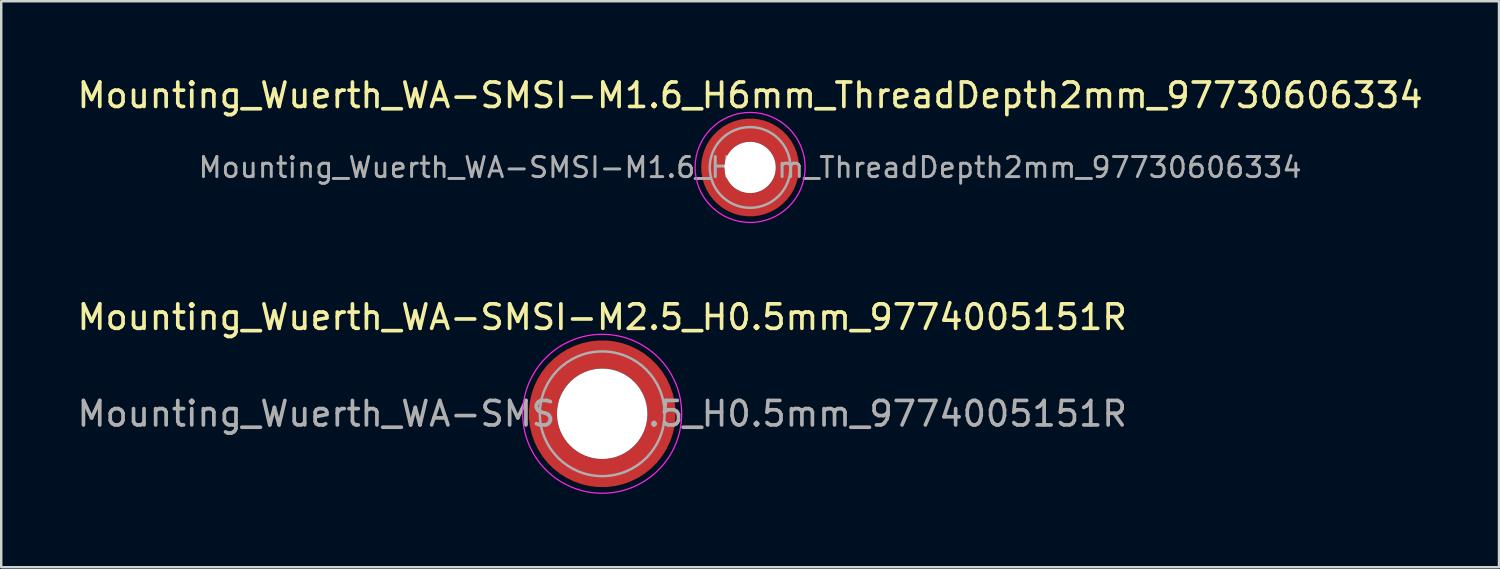
<source format=kicad_pcb>
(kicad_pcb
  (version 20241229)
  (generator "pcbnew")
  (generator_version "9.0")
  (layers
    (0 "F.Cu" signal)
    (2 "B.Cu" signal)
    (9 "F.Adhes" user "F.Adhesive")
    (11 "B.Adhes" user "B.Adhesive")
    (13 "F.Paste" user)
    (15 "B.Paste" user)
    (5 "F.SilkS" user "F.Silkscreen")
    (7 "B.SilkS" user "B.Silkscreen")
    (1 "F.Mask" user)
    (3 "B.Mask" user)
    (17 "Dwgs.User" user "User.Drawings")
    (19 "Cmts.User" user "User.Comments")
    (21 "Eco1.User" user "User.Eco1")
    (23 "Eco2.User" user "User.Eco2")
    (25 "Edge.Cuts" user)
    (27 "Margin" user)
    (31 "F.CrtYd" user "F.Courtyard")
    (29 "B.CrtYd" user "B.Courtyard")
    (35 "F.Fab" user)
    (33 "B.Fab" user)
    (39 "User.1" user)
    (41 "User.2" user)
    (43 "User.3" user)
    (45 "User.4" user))
  (footprint "Mounting_Wuerth_WA-SMSI-M2.5_H0.5mm_9774005151R"
    (layer "F.Cu")
    (at 21.577 13.871)
    (property "Reference" "Mounting_Wuerth_WA-SMSI-M2.5_H0.5mm_9774005151R" (at 0 -3.95 0) (layer "F.SilkS") (effects (font (size 1 1) (thickness 0.15))))
    (attr smd allow_soldermask_bridges)
    (fp_circle (center 0 0) (end 3.25 0) (stroke (width 0.05) (type solid)) (fill no) (layer "F.CrtYd"))
    (fp_circle (center 0 0) (end 2.55 0) (stroke (width 0.1) (type solid)) (fill no) (layer "F.Fab"))
    (fp_text user "${REFERENCE}" (at 0 0 0) (layer "F.Fab") (effects (font (size 1 1) (thickness 0.15))))
    (pad "" smd custom (at -1.704 -1.704) (size 0.51 0.51) (layers "F.Paste") (options (anchor circle)) (primitives (gr_arc (start -0.250195 1.279127) (mid 0.289914 0.289914) (end 1.279127 -0.250195) (width 0.2)) (gr_arc (start -0.34334 1.279127) (mid 0.225488 0.225488) (end 1.279127 -0.34334) (width 0.2)) (gr_arc (start -0.436309 1.279127) (mid 0.161063 0.161063) (end 1.279127 -0.436309) (width 0.2)) (gr_arc (start -0.529126 1.279127) (mid 0.096638 0.096638) (end 1.279127 -0.529126) (width 0.2)) (gr_arc (start -0.621807 1.279127) (mid 0.032213 0.032213) (end 1.279127 -0.621807) (width 0.2)) (gr_arc (start -0.71437 1.279127) (mid -0.032213 -0.032213) (end 1.279127 -0.71437) (width 0.2)) (gr_arc (start -0.806826 1.279127) (mid -0.096638 -0.096638) (end 1.279127 -0.806826) (width 0.2)) (gr_arc (start -0.899187 1.279127) (mid -0.161063 -0.161063) (end 1.279127 -0.899187) (width 0.2)) (gr_arc (start -0.991463 1.279127) (mid -0.225488 -0.225488) (end 1.279127 -0.991463) (width 0.2)) (gr_arc (start -1.083663 1.279127) (mid -0.289914 -0.289914) (end 1.279127 -1.083663) (width 0.2)) (gr_line (start 1.279 -0.25) (end 1.279 -1.084) (width 0.2)) (gr_line (start -0.25 1.279) (end -1.084 1.279) (width 0.2))))
    (pad "" smd custom (at -1.704 1.704) (size 0.51 0.51) (layers "F.Paste") (options (anchor circle)) (primitives (gr_arc (start 1.279127 0.250195) (mid 0.289914 -0.289914) (end -0.250195 -1.279127) (width 0.2)) (gr_arc (start 1.279127 0.34334) (mid 0.225488 -0.225488) (end -0.34334 -1.279127) (width 0.2)) (gr_arc (start 1.279127 0.436309) (mid 0.161063 -0.161063) (end -0.436309 -1.279127) (width 0.2)) (gr_arc (start 1.279127 0.529126) (mid 0.096638 -0.096638) (end -0.529126 -1.279127) (width 0.2)) (gr_arc (start 1.279127 0.621807) (mid 0.032213 -0.032213) (end -0.621807 -1.279127) (width 0.2)) (gr_arc (start 1.279127 0.71437) (mid -0.032213 0.032213) (end -0.71437 -1.279127) (width 0.2)) (gr_arc (start 1.279127 0.806826) (mid -0.096638 0.096638) (end -0.806826 -1.279127) (width 0.2)) (gr_arc (start 1.279127 0.899187) (mid -0.161063 0.161063) (end -0.899187 -1.279127) (width 0.2)) (gr_arc (start 1.279127 0.991463) (mid -0.225488 0.225488) (end -0.991463 -1.279127) (width 0.2)) (gr_arc (start 1.279127 1.083663) (mid -0.289914 0.289914) (end -1.083663 -1.279127) (width 0.2)) (gr_line (start -0.25 -1.279) (end -1.084 -1.279) (width 0.2)) (gr_line (start 1.279 0.25) (end 1.279 1.084) (width 0.2))))
    (pad "" np_thru_hole circle (at 0 0) (size 3.7 3.7) (drill 3.7) (layers "*.Cu" "*.Mask"))
    (pad "" smd custom (at 1.704 -1.704) (size 0.51 0.51) (layers "F.Paste") (options (anchor circle)) (primitives (gr_arc (start -1.279127 -0.250195) (mid -0.289914 0.289914) (end 0.250195 1.279127) (width 0.2)) (gr_arc (start -1.279127 -0.34334) (mid -0.225488 0.225488) (end 0.34334 1.279127) (width 0.2)) (gr_arc (start -1.279127 -0.436309) (mid -0.161063 0.161063) (end 0.436309 1.279127) (width 0.2)) (gr_arc (start -1.279127 -0.529126) (mid -0.096638 0.096638) (end 0.529126 1.279127) (width 0.2)) (gr_arc (start -1.279127 -0.621807) (mid -0.032213 0.032213) (end 0.621807 1.279127) (width 0.2)) (gr_arc (start -1.279127 -0.71437) (mid 0.032213 -0.032213) (end 0.71437 1.279127) (width 0.2)) (gr_arc (start -1.279127 -0.806826) (mid 0.096638 -0.096638) (end 0.806826 1.279127) (width 0.2)) (gr_arc (start -1.279127 -0.899187) (mid 0.161063 -0.161063) (end 0.899187 1.279127) (width 0.2)) (gr_arc (start -1.279127 -0.991463) (mid 0.225488 -0.225488) (end 0.991463 1.279127) (width 0.2)) (gr_arc (start -1.279127 -1.083663) (mid 0.289914 -0.289914) (end 1.083663 1.279127) (width 0.2)) (gr_line (start 0.25 1.279) (end 1.084 1.279) (width 0.2)) (gr_line (start -1.279 -0.25) (end -1.279 -1.084) (width 0.2))))
    (pad "" smd custom (at 1.704 1.704) (size 0.51 0.51) (layers "F.Paste") (options (anchor circle)) (primitives (gr_arc (start 0.250195 -1.279127) (mid -0.289914 -0.289914) (end -1.279127 0.250195) (width 0.2)) (gr_arc (start 0.34334 -1.279127) (mid -0.225488 -0.225488) (end -1.279127 0.34334) (width 0.2)) (gr_arc (start 0.436309 -1.279127) (mid -0.161063 -0.161063) (end -1.279127 0.436309) (width 0.2)) (gr_arc (start 0.529126 -1.279127) (mid -0.096638 -0.096638) (end -1.279127 0.529126) (width 0.2)) (gr_arc (start 0.621807 -1.279127) (mid -0.032213 -0.032213) (end -1.279127 0.621807) (width 0.2)) (gr_arc (start 0.71437 -1.279127) (mid 0.032213 0.032213) (end -1.279127 0.71437) (width 0.2)) (gr_arc (start 0.806826 -1.279127) (mid 0.096638 0.096638) (end -1.279127 0.806826) (width 0.2)) (gr_arc (start 0.899187 -1.279127) (mid 0.161063 0.161063) (end -1.279127 0.899187) (width 0.2)) (gr_arc (start 0.991463 -1.279127) (mid 0.225488 0.225488) (end -1.279127 0.991463) (width 0.2)) (gr_arc (start 1.083663 -1.279127) (mid 0.289914 0.289914) (end -1.279127 1.083663) (width 0.2)) (gr_line (start -1.279 0.25) (end -1.279 1.084) (width 0.2)) (gr_line (start 0.25 -1.279) (end 1.084 -1.279) (width 0.2))))
    (pad "1" smd circle (at -2.425 0) (size 0.642 0.642) (layers "F.Cu"))
    (pad "1" smd circle (at 0 -2.425) (size 0.642 0.642) (layers "F.Cu"))
    (pad "1" smd circle (at 0 2.425) (size 0.642 0.642) (layers "F.Cu"))
    (pad "1" smd custom (at 2.425 0) (size 1.15 1.15) (layers "F.Cu" "F.Mask") (options (anchor circle)) (primitives (gr_circle (center -2.425 0) (end 0 0) (width 1.15) (fill no)))))
  (footprint "Mounting_Wuerth_WA-SMSI-M1.6_H6mm_ThreadDepth2mm_97730606334"
    (layer "F.Cu")
    (at 27.625 3.798)
    (property "Reference" "Mounting_Wuerth_WA-SMSI-M1.6_H6mm_ThreadDepth2mm_97730606334" (at 0 -2.95 0) (layer "F.SilkS") (effects (font (size 1 1) (thickness 0.15))))
    (attr smd allow_soldermask_bridges)
    (fp_circle (center 0 0) (end 2.25 0) (stroke (width 0.05) (type solid)) (fill no) (layer "F.CrtYd"))
    (fp_circle (center 0 0) (end 1.65 0) (stroke (width 0.1) (type solid)) (fill no) (layer "F.Fab"))
    (fp_text user "${REFERENCE}" (at 0 0 0) (layer "F.Fab") (effects (font (size 0.82 0.82) (thickness 0.12))))
    (pad "" smd custom (at -1.061 -1.061) (size 0.4 0.4) (layers "F.Paste") (options (anchor circle)) (primitives (gr_arc (start -0.101235 0.76066) (mid 0.212132 0.212132) (end 0.76066 -0.101235) (width 0.2)) (gr_arc (start -0.204251 0.76066) (mid 0.141421 0.141421) (end 0.76066 -0.204251) (width 0.2)) (gr_arc (start -0.306819 0.76066) (mid 0.070711 0.070711) (end 0.76066 -0.306819) (width 0.2)) (gr_arc (start -0.409034 0.76066) (mid 0 0) (end 0.76066 -0.409034) (width 0.2)) (gr_arc (start -0.510963 0.76066) (mid -0.070711 -0.070711) (end 0.76066 -0.510963) (width 0.2)) (gr_arc (start -0.61266 0.76066) (mid -0.141421 -0.141421) (end 0.76066 -0.61266) (width 0.2)) (gr_arc (start -0.714164 0.76066) (mid -0.212132 -0.212132) (end 0.76066 -0.714164) (width 0.2)) (gr_line (start 0.761 -0.101) (end 0.761 -0.714) (width 0.2)) (gr_line (start -0.101 0.761) (end -0.714 0.761) (width 0.2))))
    (pad "" smd custom (at -1.061 1.061) (size 0.4 0.4) (layers "F.Paste") (options (anchor circle)) (primitives (gr_arc (start 0.76066 0.101235) (mid 0.212132 -0.212132) (end -0.101235 -0.76066) (width 0.2)) (gr_arc (start 0.76066 0.204251) (mid 0.141421 -0.141421) (end -0.204251 -0.76066) (width 0.2)) (gr_arc (start 0.76066 0.306819) (mid 0.070711 -0.070711) (end -0.306819 -0.76066) (width 0.2)) (gr_arc (start 0.76066 0.409034) (mid 0 0) (end -0.409034 -0.76066) (width 0.2)) (gr_arc (start 0.76066 0.510963) (mid -0.070711 0.070711) (end -0.510963 -0.76066) (width 0.2)) (gr_arc (start 0.76066 0.61266) (mid -0.141421 0.141421) (end -0.61266 -0.76066) (width 0.2)) (gr_arc (start 0.76066 0.714164) (mid -0.212132 0.212132) (end -0.714164 -0.76066) (width 0.2)) (gr_line (start -0.101 -0.761) (end -0.714 -0.761) (width 0.2)) (gr_line (start 0.761 0.101) (end 0.761 0.714) (width 0.2))))
    (pad "" np_thru_hole circle (at 0 0) (size 2.1 2.1) (drill 2.1) (layers "*.Cu" "*.Mask"))
    (pad "" smd custom (at 1.061 -1.061) (size 0.4 0.4) (layers "F.Paste") (options (anchor circle)) (primitives (gr_arc (start -0.76066 -0.101235) (mid -0.212132 0.212132) (end 0.101235 0.76066) (width 0.2)) (gr_arc (start -0.76066 -0.204251) (mid -0.141421 0.141421) (end 0.204251 0.76066) (width 0.2)) (gr_arc (start -0.76066 -0.306819) (mid -0.070711 0.070711) (end 0.306819 0.76066) (width 0.2)) (gr_arc (start -0.76066 -0.409034) (mid 0 0) (end 0.409034 0.76066) (width 0.2)) (gr_arc (start -0.76066 -0.510963) (mid 0.070711 -0.070711) (end 0.510963 0.76066) (width 0.2)) (gr_arc (start -0.76066 -0.61266) (mid 0.141421 -0.141421) (end 0.61266 0.76066) (width 0.2)) (gr_arc (start -0.76066 -0.714164) (mid 0.212132 -0.212132) (end 0.714164 0.76066) (width 0.2)) (gr_line (start 0.101 0.761) (end 0.714 0.761) (width 0.2)) (gr_line (start -0.761 -0.101) (end -0.761 -0.714) (width 0.2))))
    (pad "" smd custom (at 1.061 1.061) (size 0.4 0.4) (layers "F.Paste") (options (anchor circle)) (primitives (gr_arc (start 0.101235 -0.76066) (mid -0.212132 -0.212132) (end -0.76066 0.101235) (width 0.2)) (gr_arc (start 0.204251 -0.76066) (mid -0.141421 -0.141421) (end -0.76066 0.204251) (width 0.2)) (gr_arc (start 0.306819 -0.76066) (mid -0.070711 -0.070711) (end -0.76066 0.306819) (width 0.2)) (gr_arc (start 0.409034 -0.76066) (mid 0 0) (end -0.76066 0.409034) (width 0.2)) (gr_arc (start 0.510963 -0.76066) (mid 0.070711 0.070711) (end -0.76066 0.510963) (width 0.2)) (gr_arc (start 0.61266 -0.76066) (mid 0.141421 0.141421) (end -0.76066 0.61266) (width 0.2)) (gr_arc (start 0.714164 -0.76066) (mid 0.212132 0.212132) (end -0.76066 0.714164) (width 0.2)) (gr_line (start -0.761 0.101) (end -0.761 0.714) (width 0.2)) (gr_line (start 0.101 -0.761) (end 0.714 -0.761) (width 0.2))))
    (pad "1" smd circle (at -1.525 0) (size 0.442 0.442) (layers "F.Cu"))
    (pad "1" smd circle (at 0 -1.525) (size 0.442 0.442) (layers "F.Cu"))
    (pad "1" smd circle (at 0 1.525) (size 0.442 0.442) (layers "F.Cu"))
    (pad "1" smd custom (at 1.525 0) (size 0.95 0.95) (layers "F.Cu" "F.Mask") (options (anchor circle)) (primitives (gr_circle (center -1.525 0) (end 0 0) (width 0.95) (fill no)))))
  (gr_rect
    (start -3 -3)
    (end 58.25 20.146)
    (stroke (width 0.1) (type default))
    (fill no)
    (layer "Edge.Cuts")))
</source>
